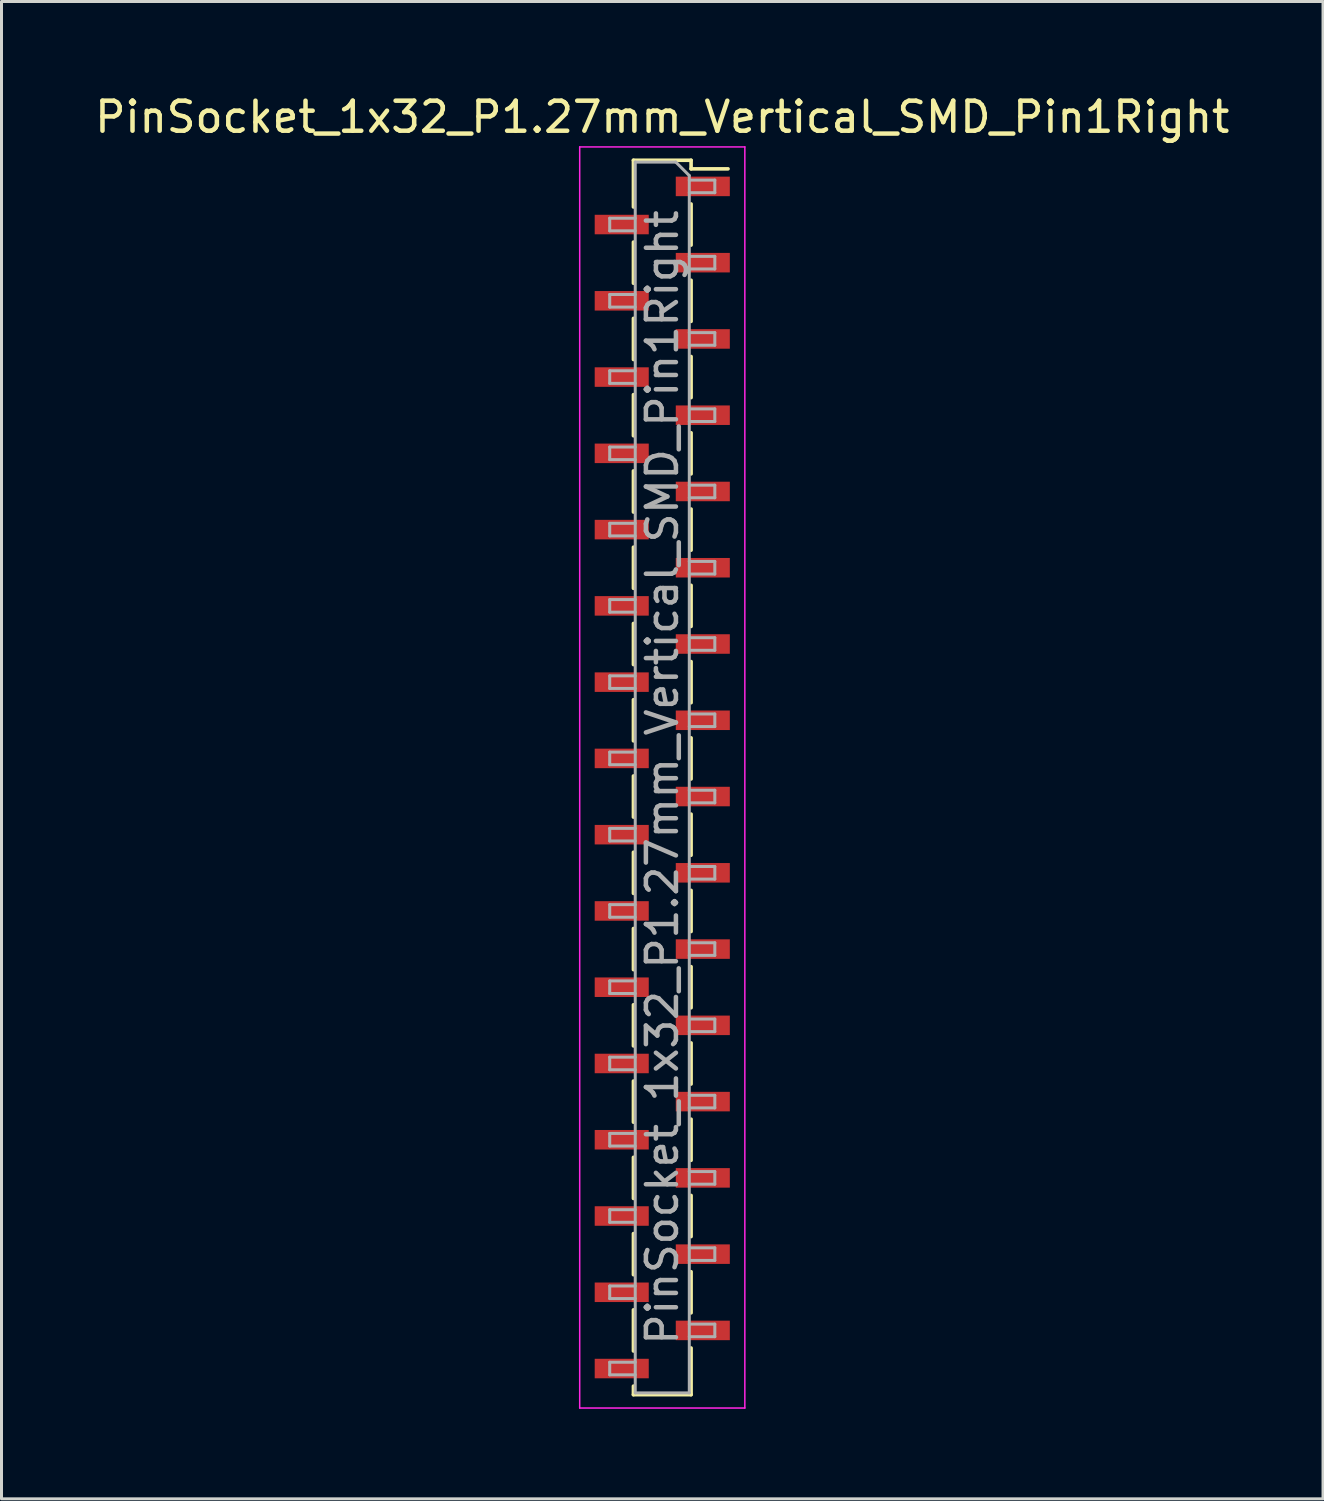
<source format=kicad_pcb>
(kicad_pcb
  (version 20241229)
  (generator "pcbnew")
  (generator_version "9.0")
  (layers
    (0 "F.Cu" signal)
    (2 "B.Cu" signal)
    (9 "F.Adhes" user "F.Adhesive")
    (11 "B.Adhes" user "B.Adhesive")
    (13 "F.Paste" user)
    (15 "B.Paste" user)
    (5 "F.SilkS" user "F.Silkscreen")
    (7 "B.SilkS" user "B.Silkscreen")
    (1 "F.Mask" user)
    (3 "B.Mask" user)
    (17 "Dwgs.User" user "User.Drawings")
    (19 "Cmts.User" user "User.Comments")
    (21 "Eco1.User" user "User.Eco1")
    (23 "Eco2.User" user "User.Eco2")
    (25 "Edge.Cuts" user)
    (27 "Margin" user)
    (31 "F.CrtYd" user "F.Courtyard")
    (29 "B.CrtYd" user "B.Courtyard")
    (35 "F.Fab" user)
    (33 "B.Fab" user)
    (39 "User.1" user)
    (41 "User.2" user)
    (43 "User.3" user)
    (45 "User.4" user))
  (footprint "PinSocket_1x32_P1.27mm_Vertical_SMD_Pin1Right"
    (layer "F.Cu")
    (at 19.006 22.843)
    (property "Reference" "PinSocket_1x32_P1.27mm_Vertical_SMD_Pin1Right" (at 0 -21.995 0) (layer "F.SilkS") (effects (font (size 1 1) (thickness 0.15))))
    (attr smd)
    (fp_line (start -0.96 -20.555) (end -0.96 -19) (stroke (width 0.12) (type solid)) (layer "F.SilkS"))
    (fp_line (start -0.96 -20.555) (end 0.96 -20.555) (stroke (width 0.12) (type solid)) (layer "F.SilkS"))
    (fp_line (start -0.96 -17.83) (end -0.96 -16.46) (stroke (width 0.12) (type solid)) (layer "F.SilkS"))
    (fp_line (start -0.96 -15.29) (end -0.96 -13.92) (stroke (width 0.12) (type solid)) (layer "F.SilkS"))
    (fp_line (start -0.96 -12.75) (end -0.96 -11.38) (stroke (width 0.12) (type solid)) (layer "F.SilkS"))
    (fp_line (start -0.96 -10.21) (end -0.96 -8.84) (stroke (width 0.12) (type solid)) (layer "F.SilkS"))
    (fp_line (start -0.96 -7.67) (end -0.96 -6.3) (stroke (width 0.12) (type solid)) (layer "F.SilkS"))
    (fp_line (start -0.96 -5.13) (end -0.96 -3.76) (stroke (width 0.12) (type solid)) (layer "F.SilkS"))
    (fp_line (start -0.96 -2.59) (end -0.96 -1.22) (stroke (width 0.12) (type solid)) (layer "F.SilkS"))
    (fp_line (start -0.96 -0.05) (end -0.96 1.32) (stroke (width 0.12) (type solid)) (layer "F.SilkS"))
    (fp_line (start -0.96 2.49) (end -0.96 3.86) (stroke (width 0.12) (type solid)) (layer "F.SilkS"))
    (fp_line (start -0.96 5.03) (end -0.96 6.4) (stroke (width 0.12) (type solid)) (layer "F.SilkS"))
    (fp_line (start -0.96 7.57) (end -0.96 8.94) (stroke (width 0.12) (type solid)) (layer "F.SilkS"))
    (fp_line (start -0.96 10.11) (end -0.96 11.48) (stroke (width 0.12) (type solid)) (layer "F.SilkS"))
    (fp_line (start -0.96 12.65) (end -0.96 14.02) (stroke (width 0.12) (type solid)) (layer "F.SilkS"))
    (fp_line (start -0.96 15.19) (end -0.96 16.56) (stroke (width 0.12) (type solid)) (layer "F.SilkS"))
    (fp_line (start -0.96 17.73) (end -0.96 19.1) (stroke (width 0.12) (type solid)) (layer "F.SilkS"))
    (fp_line (start -0.96 20.27) (end -0.96 20.555) (stroke (width 0.12) (type solid)) (layer "F.SilkS"))
    (fp_line (start -0.96 20.555) (end 0.96 20.555) (stroke (width 0.12) (type solid)) (layer "F.SilkS"))
    (fp_line (start 0.96 -20.555) (end 0.96 -20.27) (stroke (width 0.12) (type solid)) (layer "F.SilkS"))
    (fp_line (start 0.96 -20.27) (end 2.19 -20.27) (stroke (width 0.12) (type solid)) (layer "F.SilkS"))
    (fp_line (start 0.96 -19.1) (end 0.96 -17.73) (stroke (width 0.12) (type solid)) (layer "F.SilkS"))
    (fp_line (start 0.96 -16.56) (end 0.96 -15.19) (stroke (width 0.12) (type solid)) (layer "F.SilkS"))
    (fp_line (start 0.96 -14.02) (end 0.96 -12.65) (stroke (width 0.12) (type solid)) (layer "F.SilkS"))
    (fp_line (start 0.96 -11.48) (end 0.96 -10.11) (stroke (width 0.12) (type solid)) (layer "F.SilkS"))
    (fp_line (start 0.96 -8.94) (end 0.96 -7.57) (stroke (width 0.12) (type solid)) (layer "F.SilkS"))
    (fp_line (start 0.96 -6.4) (end 0.96 -5.03) (stroke (width 0.12) (type solid)) (layer "F.SilkS"))
    (fp_line (start 0.96 -3.86) (end 0.96 -2.49) (stroke (width 0.12) (type solid)) (layer "F.SilkS"))
    (fp_line (start 0.96 -1.32) (end 0.96 0.05) (stroke (width 0.12) (type solid)) (layer "F.SilkS"))
    (fp_line (start 0.96 1.22) (end 0.96 2.59) (stroke (width 0.12) (type solid)) (layer "F.SilkS"))
    (fp_line (start 0.96 3.76) (end 0.96 5.13) (stroke (width 0.12) (type solid)) (layer "F.SilkS"))
    (fp_line (start 0.96 6.3) (end 0.96 7.67) (stroke (width 0.12) (type solid)) (layer "F.SilkS"))
    (fp_line (start 0.96 8.84) (end 0.96 10.21) (stroke (width 0.12) (type solid)) (layer "F.SilkS"))
    (fp_line (start 0.96 11.38) (end 0.96 12.75) (stroke (width 0.12) (type solid)) (layer "F.SilkS"))
    (fp_line (start 0.96 13.92) (end 0.96 15.29) (stroke (width 0.12) (type solid)) (layer "F.SilkS"))
    (fp_line (start 0.96 16.46) (end 0.96 17.83) (stroke (width 0.12) (type solid)) (layer "F.SilkS"))
    (fp_line (start 0.96 19) (end 0.96 20.555) (stroke (width 0.12) (type solid)) (layer "F.SilkS"))
    (fp_line (start -2.75 -21) (end 2.75 -21) (stroke (width 0.05) (type solid)) (layer "F.CrtYd"))
    (fp_line (start -2.75 21) (end -2.75 -21) (stroke (width 0.05) (type solid)) (layer "F.CrtYd"))
    (fp_line (start 2.75 -21) (end 2.75 21) (stroke (width 0.05) (type solid)) (layer "F.CrtYd"))
    (fp_line (start 2.75 21) (end -2.75 21) (stroke (width 0.05) (type solid)) (layer "F.CrtYd"))
    (fp_line (start -1.75 -18.625) (end -0.9 -18.625) (stroke (width 0.1) (type solid)) (layer "F.Fab"))
    (fp_line (start -1.75 -18.205) (end -1.75 -18.625) (stroke (width 0.1) (type solid)) (layer "F.Fab"))
    (fp_line (start -1.75 -16.085) (end -0.9 -16.085) (stroke (width 0.1) (type solid)) (layer "F.Fab"))
    (fp_line (start -1.75 -15.665) (end -1.75 -16.085) (stroke (width 0.1) (type solid)) (layer "F.Fab"))
    (fp_line (start -1.75 -13.545) (end -0.9 -13.545) (stroke (width 0.1) (type solid)) (layer "F.Fab"))
    (fp_line (start -1.75 -13.125) (end -1.75 -13.545) (stroke (width 0.1) (type solid)) (layer "F.Fab"))
    (fp_line (start -1.75 -11.005) (end -0.9 -11.005) (stroke (width 0.1) (type solid)) (layer "F.Fab"))
    (fp_line (start -1.75 -10.585) (end -1.75 -11.005) (stroke (width 0.1) (type solid)) (layer "F.Fab"))
    (fp_line (start -1.75 -8.465) (end -0.9 -8.465) (stroke (width 0.1) (type solid)) (layer "F.Fab"))
    (fp_line (start -1.75 -8.045) (end -1.75 -8.465) (stroke (width 0.1) (type solid)) (layer "F.Fab"))
    (fp_line (start -1.75 -5.925) (end -0.9 -5.925) (stroke (width 0.1) (type solid)) (layer "F.Fab"))
    (fp_line (start -1.75 -5.505) (end -1.75 -5.925) (stroke (width 0.1) (type solid)) (layer "F.Fab"))
    (fp_line (start -1.75 -3.385) (end -0.9 -3.385) (stroke (width 0.1) (type solid)) (layer "F.Fab"))
    (fp_line (start -1.75 -2.965) (end -1.75 -3.385) (stroke (width 0.1) (type solid)) (layer "F.Fab"))
    (fp_line (start -1.75 -0.845) (end -0.9 -0.845) (stroke (width 0.1) (type solid)) (layer "F.Fab"))
    (fp_line (start -1.75 -0.425) (end -1.75 -0.845) (stroke (width 0.1) (type solid)) (layer "F.Fab"))
    (fp_line (start -1.75 1.695) (end -0.9 1.695) (stroke (width 0.1) (type solid)) (layer "F.Fab"))
    (fp_line (start -1.75 2.115) (end -1.75 1.695) (stroke (width 0.1) (type solid)) (layer "F.Fab"))
    (fp_line (start -1.75 4.235) (end -0.9 4.235) (stroke (width 0.1) (type solid)) (layer "F.Fab"))
    (fp_line (start -1.75 4.655) (end -1.75 4.235) (stroke (width 0.1) (type solid)) (layer "F.Fab"))
    (fp_line (start -1.75 6.775) (end -0.9 6.775) (stroke (width 0.1) (type solid)) (layer "F.Fab"))
    (fp_line (start -1.75 7.195) (end -1.75 6.775) (stroke (width 0.1) (type solid)) (layer "F.Fab"))
    (fp_line (start -1.75 9.315) (end -0.9 9.315) (stroke (width 0.1) (type solid)) (layer "F.Fab"))
    (fp_line (start -1.75 9.735) (end -1.75 9.315) (stroke (width 0.1) (type solid)) (layer "F.Fab"))
    (fp_line (start -1.75 11.855) (end -0.9 11.855) (stroke (width 0.1) (type solid)) (layer "F.Fab"))
    (fp_line (start -1.75 12.275) (end -1.75 11.855) (stroke (width 0.1) (type solid)) (layer "F.Fab"))
    (fp_line (start -1.75 14.395) (end -0.9 14.395) (stroke (width 0.1) (type solid)) (layer "F.Fab"))
    (fp_line (start -1.75 14.815) (end -1.75 14.395) (stroke (width 0.1) (type solid)) (layer "F.Fab"))
    (fp_line (start -1.75 16.935) (end -0.9 16.935) (stroke (width 0.1) (type solid)) (layer "F.Fab"))
    (fp_line (start -1.75 17.355) (end -1.75 16.935) (stroke (width 0.1) (type solid)) (layer "F.Fab"))
    (fp_line (start -1.75 19.475) (end -0.9 19.475) (stroke (width 0.1) (type solid)) (layer "F.Fab"))
    (fp_line (start -1.75 19.895) (end -1.75 19.475) (stroke (width 0.1) (type solid)) (layer "F.Fab"))
    (fp_line (start -0.9 -20.495) (end 0.45 -20.495) (stroke (width 0.1) (type solid)) (layer "F.Fab"))
    (fp_line (start -0.9 -18.205) (end -1.75 -18.205) (stroke (width 0.1) (type solid)) (layer "F.Fab"))
    (fp_line (start -0.9 -15.665) (end -1.75 -15.665) (stroke (width 0.1) (type solid)) (layer "F.Fab"))
    (fp_line (start -0.9 -13.125) (end -1.75 -13.125) (stroke (width 0.1) (type solid)) (layer "F.Fab"))
    (fp_line (start -0.9 -10.585) (end -1.75 -10.585) (stroke (width 0.1) (type solid)) (layer "F.Fab"))
    (fp_line (start -0.9 -8.045) (end -1.75 -8.045) (stroke (width 0.1) (type solid)) (layer "F.Fab"))
    (fp_line (start -0.9 -5.505) (end -1.75 -5.505) (stroke (width 0.1) (type solid)) (layer "F.Fab"))
    (fp_line (start -0.9 -2.965) (end -1.75 -2.965) (stroke (width 0.1) (type solid)) (layer "F.Fab"))
    (fp_line (start -0.9 -0.425) (end -1.75 -0.425) (stroke (width 0.1) (type solid)) (layer "F.Fab"))
    (fp_line (start -0.9 2.115) (end -1.75 2.115) (stroke (width 0.1) (type solid)) (layer "F.Fab"))
    (fp_line (start -0.9 4.655) (end -1.75 4.655) (stroke (width 0.1) (type solid)) (layer "F.Fab"))
    (fp_line (start -0.9 7.195) (end -1.75 7.195) (stroke (width 0.1) (type solid)) (layer "F.Fab"))
    (fp_line (start -0.9 9.735) (end -1.75 9.735) (stroke (width 0.1) (type solid)) (layer "F.Fab"))
    (fp_line (start -0.9 12.275) (end -1.75 12.275) (stroke (width 0.1) (type solid)) (layer "F.Fab"))
    (fp_line (start -0.9 14.815) (end -1.75 14.815) (stroke (width 0.1) (type solid)) (layer "F.Fab"))
    (fp_line (start -0.9 17.355) (end -1.75 17.355) (stroke (width 0.1) (type solid)) (layer "F.Fab"))
    (fp_line (start -0.9 19.895) (end -1.75 19.895) (stroke (width 0.1) (type solid)) (layer "F.Fab"))
    (fp_line (start -0.9 20.495) (end -0.9 -20.495) (stroke (width 0.1) (type solid)) (layer "F.Fab"))
    (fp_line (start 0.45 -20.495) (end 0.9 -20.045) (stroke (width 0.1) (type solid)) (layer "F.Fab"))
    (fp_line (start 0.9 -20.045) (end 0.9 20.495) (stroke (width 0.1) (type solid)) (layer "F.Fab"))
    (fp_line (start 0.9 -19.895) (end 1.75 -19.895) (stroke (width 0.1) (type solid)) (layer "F.Fab"))
    (fp_line (start 0.9 -17.355) (end 1.75 -17.355) (stroke (width 0.1) (type solid)) (layer "F.Fab"))
    (fp_line (start 0.9 -14.815) (end 1.75 -14.815) (stroke (width 0.1) (type solid)) (layer "F.Fab"))
    (fp_line (start 0.9 -12.275) (end 1.75 -12.275) (stroke (width 0.1) (type solid)) (layer "F.Fab"))
    (fp_line (start 0.9 -9.735) (end 1.75 -9.735) (stroke (width 0.1) (type solid)) (layer "F.Fab"))
    (fp_line (start 0.9 -7.195) (end 1.75 -7.195) (stroke (width 0.1) (type solid)) (layer "F.Fab"))
    (fp_line (start 0.9 -4.655) (end 1.75 -4.655) (stroke (width 0.1) (type solid)) (layer "F.Fab"))
    (fp_line (start 0.9 -2.115) (end 1.75 -2.115) (stroke (width 0.1) (type solid)) (layer "F.Fab"))
    (fp_line (start 0.9 0.425) (end 1.75 0.425) (stroke (width 0.1) (type solid)) (layer "F.Fab"))
    (fp_line (start 0.9 2.965) (end 1.75 2.965) (stroke (width 0.1) (type solid)) (layer "F.Fab"))
    (fp_line (start 0.9 5.505) (end 1.75 5.505) (stroke (width 0.1) (type solid)) (layer "F.Fab"))
    (fp_line (start 0.9 8.045) (end 1.75 8.045) (stroke (width 0.1) (type solid)) (layer "F.Fab"))
    (fp_line (start 0.9 10.585) (end 1.75 10.585) (stroke (width 0.1) (type solid)) (layer "F.Fab"))
    (fp_line (start 0.9 13.125) (end 1.75 13.125) (stroke (width 0.1) (type solid)) (layer "F.Fab"))
    (fp_line (start 0.9 15.665) (end 1.75 15.665) (stroke (width 0.1) (type solid)) (layer "F.Fab"))
    (fp_line (start 0.9 18.205) (end 1.75 18.205) (stroke (width 0.1) (type solid)) (layer "F.Fab"))
    (fp_line (start 0.9 20.495) (end -0.9 20.495) (stroke (width 0.1) (type solid)) (layer "F.Fab"))
    (fp_line (start 1.75 -19.895) (end 1.75 -19.475) (stroke (width 0.1) (type solid)) (layer "F.Fab"))
    (fp_line (start 1.75 -19.475) (end 0.9 -19.475) (stroke (width 0.1) (type solid)) (layer "F.Fab"))
    (fp_line (start 1.75 -17.355) (end 1.75 -16.935) (stroke (width 0.1) (type solid)) (layer "F.Fab"))
    (fp_line (start 1.75 -16.935) (end 0.9 -16.935) (stroke (width 0.1) (type solid)) (layer "F.Fab"))
    (fp_line (start 1.75 -14.815) (end 1.75 -14.395) (stroke (width 0.1) (type solid)) (layer "F.Fab"))
    (fp_line (start 1.75 -14.395) (end 0.9 -14.395) (stroke (width 0.1) (type solid)) (layer "F.Fab"))
    (fp_line (start 1.75 -12.275) (end 1.75 -11.855) (stroke (width 0.1) (type solid)) (layer "F.Fab"))
    (fp_line (start 1.75 -11.855) (end 0.9 -11.855) (stroke (width 0.1) (type solid)) (layer "F.Fab"))
    (fp_line (start 1.75 -9.735) (end 1.75 -9.315) (stroke (width 0.1) (type solid)) (layer "F.Fab"))
    (fp_line (start 1.75 -9.315) (end 0.9 -9.315) (stroke (width 0.1) (type solid)) (layer "F.Fab"))
    (fp_line (start 1.75 -7.195) (end 1.75 -6.775) (stroke (width 0.1) (type solid)) (layer "F.Fab"))
    (fp_line (start 1.75 -6.775) (end 0.9 -6.775) (stroke (width 0.1) (type solid)) (layer "F.Fab"))
    (fp_line (start 1.75 -4.655) (end 1.75 -4.235) (stroke (width 0.1) (type solid)) (layer "F.Fab"))
    (fp_line (start 1.75 -4.235) (end 0.9 -4.235) (stroke (width 0.1) (type solid)) (layer "F.Fab"))
    (fp_line (start 1.75 -2.115) (end 1.75 -1.695) (stroke (width 0.1) (type solid)) (layer "F.Fab"))
    (fp_line (start 1.75 -1.695) (end 0.9 -1.695) (stroke (width 0.1) (type solid)) (layer "F.Fab"))
    (fp_line (start 1.75 0.425) (end 1.75 0.845) (stroke (width 0.1) (type solid)) (layer "F.Fab"))
    (fp_line (start 1.75 0.845) (end 0.9 0.845) (stroke (width 0.1) (type solid)) (layer "F.Fab"))
    (fp_line (start 1.75 2.965) (end 1.75 3.385) (stroke (width 0.1) (type solid)) (layer "F.Fab"))
    (fp_line (start 1.75 3.385) (end 0.9 3.385) (stroke (width 0.1) (type solid)) (layer "F.Fab"))
    (fp_line (start 1.75 5.505) (end 1.75 5.925) (stroke (width 0.1) (type solid)) (layer "F.Fab"))
    (fp_line (start 1.75 5.925) (end 0.9 5.925) (stroke (width 0.1) (type solid)) (layer "F.Fab"))
    (fp_line (start 1.75 8.045) (end 1.75 8.465) (stroke (width 0.1) (type solid)) (layer "F.Fab"))
    (fp_line (start 1.75 8.465) (end 0.9 8.465) (stroke (width 0.1) (type solid)) (layer "F.Fab"))
    (fp_line (start 1.75 10.585) (end 1.75 11.005) (stroke (width 0.1) (type solid)) (layer "F.Fab"))
    (fp_line (start 1.75 11.005) (end 0.9 11.005) (stroke (width 0.1) (type solid)) (layer "F.Fab"))
    (fp_line (start 1.75 13.125) (end 1.75 13.545) (stroke (width 0.1) (type solid)) (layer "F.Fab"))
    (fp_line (start 1.75 13.545) (end 0.9 13.545) (stroke (width 0.1) (type solid)) (layer "F.Fab"))
    (fp_line (start 1.75 15.665) (end 1.75 16.085) (stroke (width 0.1) (type solid)) (layer "F.Fab"))
    (fp_line (start 1.75 16.085) (end 0.9 16.085) (stroke (width 0.1) (type solid)) (layer "F.Fab"))
    (fp_line (start 1.75 18.205) (end 1.75 18.625) (stroke (width 0.1) (type solid)) (layer "F.Fab"))
    (fp_line (start 1.75 18.625) (end 0.9 18.625) (stroke (width 0.1) (type solid)) (layer "F.Fab"))
    (fp_text user "${REFERENCE}" (at 0 0 90) (layer "F.Fab") (effects (font (size 1 1) (thickness 0.15))))
    (pad "1" smd rect (at 1.35 -19.685) (size 1.8 0.65) (layers "F.Cu" "F.Mask" "F.Paste"))
    (pad "2" smd rect (at -1.35 -18.415) (size 1.8 0.65) (layers "F.Cu" "F.Mask" "F.Paste"))
    (pad "3" smd rect (at 1.35 -17.145) (size 1.8 0.65) (layers "F.Cu" "F.Mask" "F.Paste"))
    (pad "4" smd rect (at -1.35 -15.875) (size 1.8 0.65) (layers "F.Cu" "F.Mask" "F.Paste"))
    (pad "5" smd rect (at 1.35 -14.605) (size 1.8 0.65) (layers "F.Cu" "F.Mask" "F.Paste"))
    (pad "6" smd rect (at -1.35 -13.335) (size 1.8 0.65) (layers "F.Cu" "F.Mask" "F.Paste"))
    (pad "7" smd rect (at 1.35 -12.065) (size 1.8 0.65) (layers "F.Cu" "F.Mask" "F.Paste"))
    (pad "8" smd rect (at -1.35 -10.795) (size 1.8 0.65) (layers "F.Cu" "F.Mask" "F.Paste"))
    (pad "9" smd rect (at 1.35 -9.525) (size 1.8 0.65) (layers "F.Cu" "F.Mask" "F.Paste"))
    (pad "10" smd rect (at -1.35 -8.255) (size 1.8 0.65) (layers "F.Cu" "F.Mask" "F.Paste"))
    (pad "11" smd rect (at 1.35 -6.985) (size 1.8 0.65) (layers "F.Cu" "F.Mask" "F.Paste"))
    (pad "12" smd rect (at -1.35 -5.715) (size 1.8 0.65) (layers "F.Cu" "F.Mask" "F.Paste"))
    (pad "13" smd rect (at 1.35 -4.445) (size 1.8 0.65) (layers "F.Cu" "F.Mask" "F.Paste"))
    (pad "14" smd rect (at -1.35 -3.175) (size 1.8 0.65) (layers "F.Cu" "F.Mask" "F.Paste"))
    (pad "15" smd rect (at 1.35 -1.905) (size 1.8 0.65) (layers "F.Cu" "F.Mask" "F.Paste"))
    (pad "16" smd rect (at -1.35 -0.635) (size 1.8 0.65) (layers "F.Cu" "F.Mask" "F.Paste"))
    (pad "17" smd rect (at 1.35 0.635) (size 1.8 0.65) (layers "F.Cu" "F.Mask" "F.Paste"))
    (pad "18" smd rect (at -1.35 1.905) (size 1.8 0.65) (layers "F.Cu" "F.Mask" "F.Paste"))
    (pad "19" smd rect (at 1.35 3.175) (size 1.8 0.65) (layers "F.Cu" "F.Mask" "F.Paste"))
    (pad "20" smd rect (at -1.35 4.445) (size 1.8 0.65) (layers "F.Cu" "F.Mask" "F.Paste"))
    (pad "21" smd rect (at 1.35 5.715) (size 1.8 0.65) (layers "F.Cu" "F.Mask" "F.Paste"))
    (pad "22" smd rect (at -1.35 6.985) (size 1.8 0.65) (layers "F.Cu" "F.Mask" "F.Paste"))
    (pad "23" smd rect (at 1.35 8.255) (size 1.8 0.65) (layers "F.Cu" "F.Mask" "F.Paste"))
    (pad "24" smd rect (at -1.35 9.525) (size 1.8 0.65) (layers "F.Cu" "F.Mask" "F.Paste"))
    (pad "25" smd rect (at 1.35 10.795) (size 1.8 0.65) (layers "F.Cu" "F.Mask" "F.Paste"))
    (pad "26" smd rect (at -1.35 12.065) (size 1.8 0.65) (layers "F.Cu" "F.Mask" "F.Paste"))
    (pad "27" smd rect (at 1.35 13.335) (size 1.8 0.65) (layers "F.Cu" "F.Mask" "F.Paste"))
    (pad "28" smd rect (at -1.35 14.605) (size 1.8 0.65) (layers "F.Cu" "F.Mask" "F.Paste"))
    (pad "29" smd rect (at 1.35 15.875) (size 1.8 0.65) (layers "F.Cu" "F.Mask" "F.Paste"))
    (pad "30" smd rect (at -1.35 17.145) (size 1.8 0.65) (layers "F.Cu" "F.Mask" "F.Paste"))
    (pad "31" smd rect (at 1.35 18.415) (size 1.8 0.65) (layers "F.Cu" "F.Mask" "F.Paste"))
    (pad "32" smd rect (at -1.35 19.685) (size 1.8 0.65) (layers "F.Cu" "F.Mask" "F.Paste")))
  (gr_rect
    (start -3 -3)
    (end 41.012 46.868)
    (stroke (width 0.1) (type default))
    (fill no)
    (layer "Edge.Cuts")))
</source>
